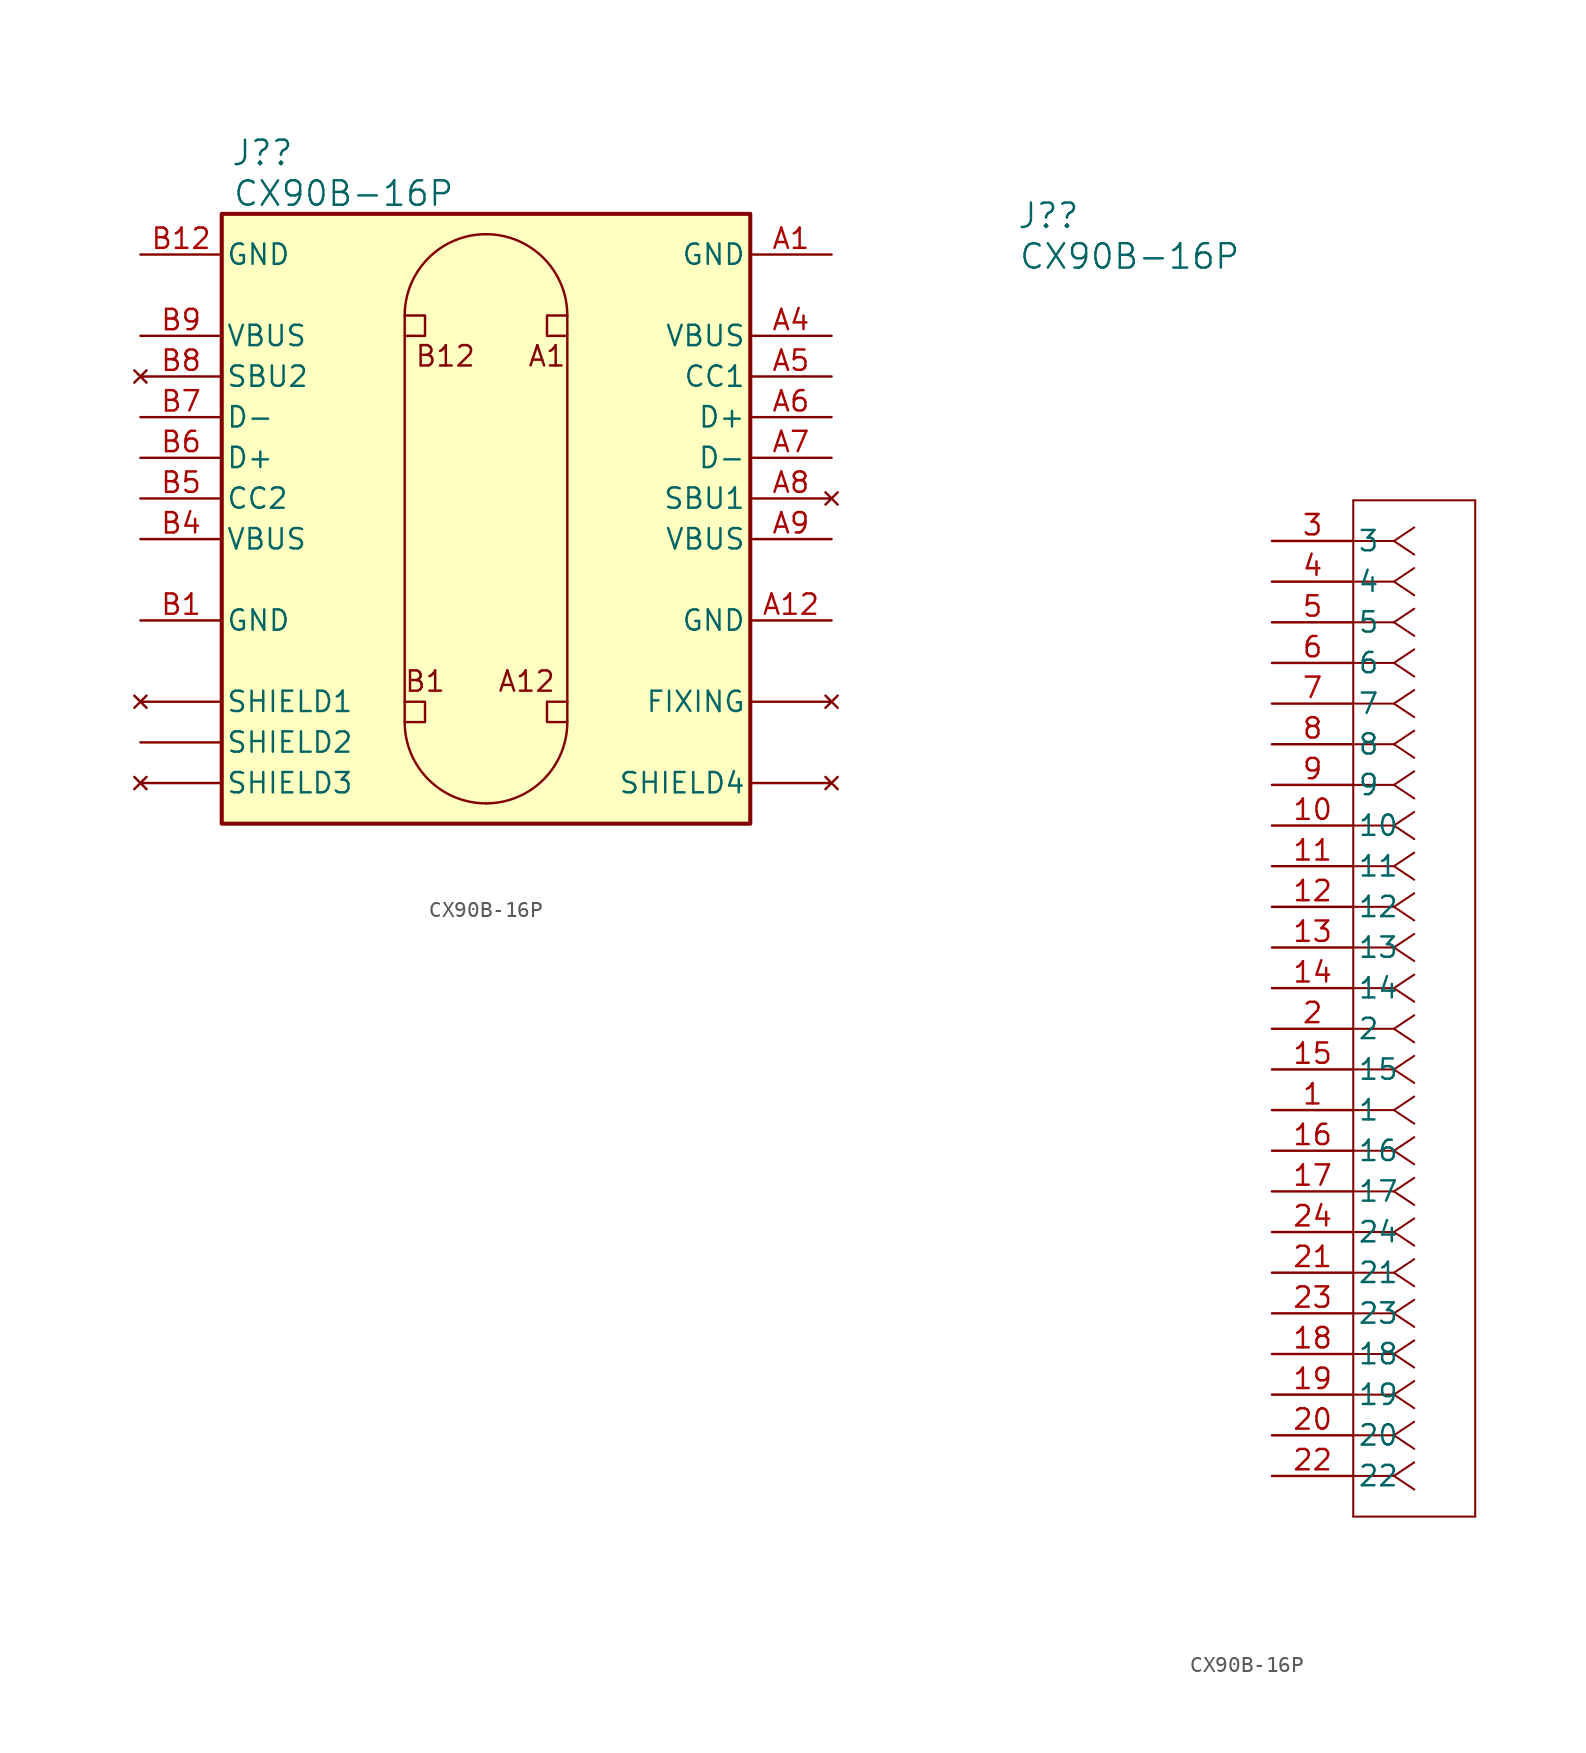
<source format=kicad_sym>
(kicad_symbol_lib
  (version 20220914)
  (generator kicad_symbol_editor)
  (symbol "CX90B-16P"
    (pin_names
      (offset 0.254))
    (property "Reference" "J?"
      (at -13.97 20.32 0)
      (effects (font (size 1.524 1.524))))
    (property "Value" "CX90B-16P"
      (at -8.89 17.78 0)
      (effects (font (size 1.524 1.524))))
    (property "ki_locked" ""
      (at 0 0 0)
      (effects (font (size 1.27 1.27))))
    (symbol "CX90B-16P_0_1"
      (rectangle (start -16.51 16.51) (end 16.51 -21.59) (stroke (width 0.254) (type default)) (fill (type background))))
    (symbol "CX90B-16P_1_1"
      (arc (start -5.08 -15.24) (mid -3.5921 -18.8321) (end 0 -20.32) (stroke (width 0) (type default)) (fill (type none)))
      (rectangle (start -5.08 -13.97) (end -3.81 -15.24) (stroke (width 0) (type default)) (fill (type none)))
      (rectangle (start -5.08 10.16) (end -3.81 8.89) (stroke (width 0) (type default)) (fill (type none)))
      (arc (start 0 -20.32) (mid 3.5921 -18.8321) (end 5.08 -15.24) (stroke (width 0) (type default)) (fill (type none)))
      (polyline (pts (xy -5.08 -13.97) (xy -5.08 8.89)) (stroke (width 0) (type default)) (fill (type none)))
      (polyline (pts (xy 5.08 8.89) (xy 5.08 -13.97)) (stroke (width 0) (type default)) (fill (type none)))
      (arc (start 0 15.24) (mid -3.5921 13.7521) (end -5.08 10.16) (stroke (width 0) (type default)) (fill (type none)))
      (rectangle (start 3.81 -13.97) (end 5.08 -15.24) (stroke (width 0) (type default)) (fill (type none)))
      (rectangle (start 3.81 10.16) (end 5.08 8.89) (stroke (width 0) (type default)) (fill (type none)))
      (arc (start 5.08 10.16) (mid 3.5921 13.7521) (end 0 15.24) (stroke (width 0) (type default)) (fill (type none)))
      (text "A1\n" (at 3.81 7.62 0) (effects (font (size 1.27 1.27))))
      (text "A12" (at 2.54 -12.7 0) (effects (font (size 1.27 1.27))))
      (text "B1\n" (at -3.81 -12.7 0) (effects (font (size 1.27 1.27))))
      (text "B12" (at -2.54 7.62 0) (effects (font (size 1.27 1.27))))
      (pin no_connect line (at 21.59 -13.97 180) (length 5.08) (name "FIXING" (effects (font (size 1.27 1.27)))) (number "" (effects (font (size 1.27 1.27)))))
      (pin no_connect line (at -21.59 -13.97 0) (length 5.08) (name "SHIELD1" (effects (font (size 1.27 1.27)))) (number "" (effects (font (size 1.27 1.27)))))
      (pin power_in line (at -21.59 -16.51 0) (length 5.08) (name "SHIELD2" (effects (font (size 1.27 1.27)))) (number "" (effects (font (size 1.27 1.27)))))
      (pin no_connect line (at -21.59 -19.05 0) (length 5.08) (name "SHIELD3" (effects (font (size 1.27 1.27)))) (number "" (effects (font (size 1.27 1.27)))))
      (pin no_connect line (at 21.59 -19.05 180) (length 5.08) (name "SHIELD4" (effects (font (size 1.27 1.27)))) (number "" (effects (font (size 1.27 1.27)))))
      (pin power_in line (at 21.59 13.97 180) (length 5.08) (name "GND" (effects (font (size 1.27 1.27)))) (number "A1" (effects (font (size 1.27 1.27)))))
      (pin power_in line (at 21.59 -8.89 180) (length 5.08) (name "GND" (effects (font (size 1.27 1.27)))) (number "A12" (effects (font (size 1.27 1.27)))))
      (pin power_in line (at 21.59 8.89 180) (length 5.08) (name "VBUS" (effects (font (size 1.27 1.27)))) (number "A4" (effects (font (size 1.27 1.27)))))
      (pin bidirectional line (at 21.59 6.35 180) (length 5.08) (name "CC1" (effects (font (size 1.27 1.27)))) (number "A5" (effects (font (size 1.27 1.27)))))
      (pin bidirectional line (at 21.59 3.81 180) (length 5.08) (name "D+" (effects (font (size 1.27 1.27)))) (number "A6" (effects (font (size 1.27 1.27)))))
      (pin bidirectional line (at 21.59 1.27 180) (length 5.08) (name "D-" (effects (font (size 1.27 1.27)))) (number "A7" (effects (font (size 1.27 1.27)))))
      (pin no_connect line (at 21.59 -1.27 180) (length 5.08) (name "SBU1" (effects (font (size 1.27 1.27)))) (number "A8" (effects (font (size 1.27 1.27)))))
      (pin power_in line (at 21.59 -3.81 180) (length 5.08) (name "VBUS" (effects (font (size 1.27 1.27)))) (number "A9" (effects (font (size 1.27 1.27)))))
      (pin power_in line (at -21.59 -8.89 0) (length 5.08) (name "GND" (effects (font (size 1.27 1.27)))) (number "B1" (effects (font (size 1.27 1.27)))))
      (pin power_in line (at -21.59 13.97 0) (length 5.08) (name "GND" (effects (font (size 1.27 1.27)))) (number "B12" (effects (font (size 1.27 1.27)))))
      (pin power_in line (at -21.59 -3.81 0) (length 5.08) (name "VBUS" (effects (font (size 1.27 1.27)))) (number "B4" (effects (font (size 1.27 1.27)))))
      (pin bidirectional line (at -21.59 -1.27 0) (length 5.08) (name "CC2" (effects (font (size 1.27 1.27)))) (number "B5" (effects (font (size 1.27 1.27)))))
      (pin bidirectional line (at -21.59 1.27 0) (length 5.08) (name "D+" (effects (font (size 1.27 1.27)))) (number "B6" (effects (font (size 1.27 1.27)))))
      (pin bidirectional line (at -21.59 3.81 0) (length 5.08) (name "D-" (effects (font (size 1.27 1.27)))) (number "B7" (effects (font (size 1.27 1.27)))))
      (pin no_connect line (at -21.59 6.35 0) (length 5.08) (name "SBU2" (effects (font (size 1.27 1.27)))) (number "B8" (effects (font (size 1.27 1.27)))))
      (pin power_in line (at -21.59 8.89 0) (length 5.08) (name "VBUS" (effects (font (size 1.27 1.27)))) (number "B9" (effects (font (size 1.27 1.27))))))
    (symbol "CX90B-16P_1_2"
      (polyline (pts (xy 5.08 -60.96) (xy 12.7 -60.96)) (stroke (width 0.127) (type default)) (fill (type none)))
      (polyline (pts (xy 5.08 2.54) (xy 5.08 -60.96)) (stroke (width 0.127) (type default)) (fill (type none)))
      (polyline (pts (xy 7.62 -58.42) (xy 5.08 -58.42)) (stroke (width 0.127) (type default)) (fill (type none)))
      (polyline (pts (xy 7.62 -58.42) (xy 8.89 -59.267)) (stroke (width 0.127) (type default)) (fill (type none)))
      (polyline (pts (xy 7.62 -58.42) (xy 8.89 -57.573)) (stroke (width 0.127) (type default)) (fill (type none)))
      (polyline (pts (xy 7.62 -55.88) (xy 5.08 -55.88)) (stroke (width 0.127) (type default)) (fill (type none)))
      (polyline (pts (xy 7.62 -55.88) (xy 8.89 -56.727)) (stroke (width 0.127) (type default)) (fill (type none)))
      (polyline (pts (xy 7.62 -55.88) (xy 8.89 -55.033)) (stroke (width 0.127) (type default)) (fill (type none)))
      (polyline (pts (xy 7.62 -53.34) (xy 5.08 -53.34)) (stroke (width 0.127) (type default)) (fill (type none)))
      (polyline (pts (xy 7.62 -53.34) (xy 8.89 -54.187)) (stroke (width 0.127) (type default)) (fill (type none)))
      (polyline (pts (xy 7.62 -53.34) (xy 8.89 -52.493)) (stroke (width 0.127) (type default)) (fill (type none)))
      (polyline (pts (xy 7.62 -50.8) (xy 5.08 -50.8)) (stroke (width 0.127) (type default)) (fill (type none)))
      (polyline (pts (xy 7.62 -50.8) (xy 8.89 -51.647)) (stroke (width 0.127) (type default)) (fill (type none)))
      (polyline (pts (xy 7.62 -50.8) (xy 8.89 -49.953)) (stroke (width 0.127) (type default)) (fill (type none)))
      (polyline (pts (xy 7.62 -48.26) (xy 5.08 -48.26)) (stroke (width 0.127) (type default)) (fill (type none)))
      (polyline (pts (xy 7.62 -48.26) (xy 8.89 -49.107)) (stroke (width 0.127) (type default)) (fill (type none)))
      (polyline (pts (xy 7.62 -48.26) (xy 8.89 -47.413)) (stroke (width 0.127) (type default)) (fill (type none)))
      (polyline (pts (xy 7.62 -45.72) (xy 5.08 -45.72)) (stroke (width 0.127) (type default)) (fill (type none)))
      (polyline (pts (xy 7.62 -45.72) (xy 8.89 -46.567)) (stroke (width 0.127) (type default)) (fill (type none)))
      (polyline (pts (xy 7.62 -45.72) (xy 8.89 -44.873)) (stroke (width 0.127) (type default)) (fill (type none)))
      (polyline (pts (xy 7.62 -43.18) (xy 5.08 -43.18)) (stroke (width 0.127) (type default)) (fill (type none)))
      (polyline (pts (xy 7.62 -43.18) (xy 8.89 -44.027)) (stroke (width 0.127) (type default)) (fill (type none)))
      (polyline (pts (xy 7.62 -43.18) (xy 8.89 -42.333)) (stroke (width 0.127) (type default)) (fill (type none)))
      (polyline (pts (xy 7.62 -40.64) (xy 5.08 -40.64)) (stroke (width 0.127) (type default)) (fill (type none)))
      (polyline (pts (xy 7.62 -40.64) (xy 8.89 -41.487)) (stroke (width 0.127) (type default)) (fill (type none)))
      (polyline (pts (xy 7.62 -40.64) (xy 8.89 -39.793)) (stroke (width 0.127) (type default)) (fill (type none)))
      (polyline (pts (xy 7.62 -38.1) (xy 5.08 -38.1)) (stroke (width 0.127) (type default)) (fill (type none)))
      (polyline (pts (xy 7.62 -38.1) (xy 8.89 -38.947)) (stroke (width 0.127) (type default)) (fill (type none)))
      (polyline (pts (xy 7.62 -38.1) (xy 8.89 -37.253)) (stroke (width 0.127) (type default)) (fill (type none)))
      (polyline (pts (xy 7.62 -35.56) (xy 5.08 -35.56)) (stroke (width 0.127) (type default)) (fill (type none)))
      (polyline (pts (xy 7.62 -35.56) (xy 8.89 -36.407)) (stroke (width 0.127) (type default)) (fill (type none)))
      (polyline (pts (xy 7.62 -35.56) (xy 8.89 -34.713)) (stroke (width 0.127) (type default)) (fill (type none)))
      (polyline (pts (xy 7.62 -33.02) (xy 5.08 -33.02)) (stroke (width 0.127) (type default)) (fill (type none)))
      (polyline (pts (xy 7.62 -33.02) (xy 8.89 -33.867)) (stroke (width 0.127) (type default)) (fill (type none)))
      (polyline (pts (xy 7.62 -33.02) (xy 8.89 -32.173)) (stroke (width 0.127) (type default)) (fill (type none)))
      (polyline (pts (xy 7.62 -30.48) (xy 5.08 -30.48)) (stroke (width 0.127) (type default)) (fill (type none)))
      (polyline (pts (xy 7.62 -30.48) (xy 8.89 -31.327)) (stroke (width 0.127) (type default)) (fill (type none)))
      (polyline (pts (xy 7.62 -30.48) (xy 8.89 -29.633)) (stroke (width 0.127) (type default)) (fill (type none)))
      (polyline (pts (xy 7.62 -27.94) (xy 5.08 -27.94)) (stroke (width 0.127) (type default)) (fill (type none)))
      (polyline (pts (xy 7.62 -27.94) (xy 8.89 -28.787)) (stroke (width 0.127) (type default)) (fill (type none)))
      (polyline (pts (xy 7.62 -27.94) (xy 8.89 -27.093)) (stroke (width 0.127) (type default)) (fill (type none)))
      (polyline (pts (xy 7.62 -25.4) (xy 5.08 -25.4)) (stroke (width 0.127) (type default)) (fill (type none)))
      (polyline (pts (xy 7.62 -25.4) (xy 8.89 -26.247)) (stroke (width 0.127) (type default)) (fill (type none)))
      (polyline (pts (xy 7.62 -25.4) (xy 8.89 -24.553)) (stroke (width 0.127) (type default)) (fill (type none)))
      (polyline (pts (xy 7.62 -22.86) (xy 5.08 -22.86)) (stroke (width 0.127) (type default)) (fill (type none)))
      (polyline (pts (xy 7.62 -22.86) (xy 8.89 -23.707)) (stroke (width 0.127) (type default)) (fill (type none)))
      (polyline (pts (xy 7.62 -22.86) (xy 8.89 -22.013)) (stroke (width 0.127) (type default)) (fill (type none)))
      (polyline (pts (xy 7.62 -20.32) (xy 5.08 -20.32)) (stroke (width 0.127) (type default)) (fill (type none)))
      (polyline (pts (xy 7.62 -20.32) (xy 8.89 -21.167)) (stroke (width 0.127) (type default)) (fill (type none)))
      (polyline (pts (xy 7.62 -20.32) (xy 8.89 -19.473)) (stroke (width 0.127) (type default)) (fill (type none)))
      (polyline (pts (xy 7.62 -17.78) (xy 5.08 -17.78)) (stroke (width 0.127) (type default)) (fill (type none)))
      (polyline (pts (xy 7.62 -17.78) (xy 8.89 -18.627)) (stroke (width 0.127) (type default)) (fill (type none)))
      (polyline (pts (xy 7.62 -17.78) (xy 8.89 -16.933)) (stroke (width 0.127) (type default)) (fill (type none)))
      (polyline (pts (xy 7.62 -15.24) (xy 5.08 -15.24)) (stroke (width 0.127) (type default)) (fill (type none)))
      (polyline (pts (xy 7.62 -15.24) (xy 8.89 -16.087)) (stroke (width 0.127) (type default)) (fill (type none)))
      (polyline (pts (xy 7.62 -15.24) (xy 8.89 -14.393)) (stroke (width 0.127) (type default)) (fill (type none)))
      (polyline (pts (xy 7.62 -12.7) (xy 5.08 -12.7)) (stroke (width 0.127) (type default)) (fill (type none)))
      (polyline (pts (xy 7.62 -12.7) (xy 8.89 -13.547)) (stroke (width 0.127) (type default)) (fill (type none)))
      (polyline (pts (xy 7.62 -12.7) (xy 8.89 -11.853)) (stroke (width 0.127) (type default)) (fill (type none)))
      (polyline (pts (xy 7.62 -10.16) (xy 5.08 -10.16)) (stroke (width 0.127) (type default)) (fill (type none)))
      (polyline (pts (xy 7.62 -10.16) (xy 8.89 -11.007)) (stroke (width 0.127) (type default)) (fill (type none)))
      (polyline (pts (xy 7.62 -10.16) (xy 8.89 -9.313)) (stroke (width 0.127) (type default)) (fill (type none)))
      (polyline (pts (xy 7.62 -7.62) (xy 5.08 -7.62)) (stroke (width 0.127) (type default)) (fill (type none)))
      (polyline (pts (xy 7.62 -7.62) (xy 8.89 -8.467)) (stroke (width 0.127) (type default)) (fill (type none)))
      (polyline (pts (xy 7.62 -7.62) (xy 8.89 -6.773)) (stroke (width 0.127) (type default)) (fill (type none)))
      (polyline (pts (xy 7.62 -5.08) (xy 5.08 -5.08)) (stroke (width 0.127) (type default)) (fill (type none)))
      (polyline (pts (xy 7.62 -5.08) (xy 8.89 -5.927)) (stroke (width 0.127) (type default)) (fill (type none)))
      (polyline (pts (xy 7.62 -5.08) (xy 8.89 -4.233)) (stroke (width 0.127) (type default)) (fill (type none)))
      (polyline (pts (xy 7.62 -2.54) (xy 5.08 -2.54)) (stroke (width 0.127) (type default)) (fill (type none)))
      (polyline (pts (xy 7.62 -2.54) (xy 8.89 -3.387)) (stroke (width 0.127) (type default)) (fill (type none)))
      (polyline (pts (xy 7.62 -2.54) (xy 8.89 -1.693)) (stroke (width 0.127) (type default)) (fill (type none)))
      (polyline (pts (xy 7.62 0) (xy 5.08 0)) (stroke (width 0.127) (type default)) (fill (type none)))
      (polyline (pts (xy 7.62 0) (xy 8.89 -0.847)) (stroke (width 0.127) (type default)) (fill (type none)))
      (polyline (pts (xy 7.62 0) (xy 8.89 0.847)) (stroke (width 0.127) (type default)) (fill (type none)))
      (polyline (pts (xy 12.7 -60.96) (xy 12.7 2.54)) (stroke (width 0.127) (type default)) (fill (type none)))
      (polyline (pts (xy 12.7 2.54) (xy 5.08 2.54)) (stroke (width 0.127) (type default)) (fill (type none)))
      (pin unspecified line (at 0 -35.56 0) (length 5.08) (name "1" (effects (font (size 1.27 1.27)))) (number "1" (effects (font (size 1.27 1.27)))))
      (pin unspecified line (at 0 -17.78 0) (length 5.08) (name "10" (effects (font (size 1.27 1.27)))) (number "10" (effects (font (size 1.27 1.27)))))
      (pin unspecified line (at 0 -20.32 0) (length 5.08) (name "11" (effects (font (size 1.27 1.27)))) (number "11" (effects (font (size 1.27 1.27)))))
      (pin unspecified line (at 0 -22.86 0) (length 5.08) (name "12" (effects (font (size 1.27 1.27)))) (number "12" (effects (font (size 1.27 1.27)))))
      (pin unspecified line (at 0 -25.4 0) (length 5.08) (name "13" (effects (font (size 1.27 1.27)))) (number "13" (effects (font (size 1.27 1.27)))))
      (pin unspecified line (at 0 -27.94 0) (length 5.08) (name "14" (effects (font (size 1.27 1.27)))) (number "14" (effects (font (size 1.27 1.27)))))
      (pin unspecified line (at 0 -33.02 0) (length 5.08) (name "15" (effects (font (size 1.27 1.27)))) (number "15" (effects (font (size 1.27 1.27)))))
      (pin unspecified line (at 0 -38.1 0) (length 5.08) (name "16" (effects (font (size 1.27 1.27)))) (number "16" (effects (font (size 1.27 1.27)))))
      (pin unspecified line (at 0 -40.64 0) (length 5.08) (name "17" (effects (font (size 1.27 1.27)))) (number "17" (effects (font (size 1.27 1.27)))))
      (pin unspecified line (at 0 -50.8 0) (length 5.08) (name "18" (effects (font (size 1.27 1.27)))) (number "18" (effects (font (size 1.27 1.27)))))
      (pin unspecified line (at 0 -53.34 0) (length 5.08) (name "19" (effects (font (size 1.27 1.27)))) (number "19" (effects (font (size 1.27 1.27)))))
      (pin unspecified line (at 0 -30.48 0) (length 5.08) (name "2" (effects (font (size 1.27 1.27)))) (number "2" (effects (font (size 1.27 1.27)))))
      (pin unspecified line (at 0 -55.88 0) (length 5.08) (name "20" (effects (font (size 1.27 1.27)))) (number "20" (effects (font (size 1.27 1.27)))))
      (pin unspecified line (at 0 -45.72 0) (length 5.08) (name "21" (effects (font (size 1.27 1.27)))) (number "21" (effects (font (size 1.27 1.27)))))
      (pin unspecified line (at 0 -58.42 0) (length 5.08) (name "22" (effects (font (size 1.27 1.27)))) (number "22" (effects (font (size 1.27 1.27)))))
      (pin unspecified line (at 0 -48.26 0) (length 5.08) (name "23" (effects (font (size 1.27 1.27)))) (number "23" (effects (font (size 1.27 1.27)))))
      (pin unspecified line (at 0 -43.18 0) (length 5.08) (name "24" (effects (font (size 1.27 1.27)))) (number "24" (effects (font (size 1.27 1.27)))))
      (pin unspecified line (at 0 0 0) (length 5.08) (name "3" (effects (font (size 1.27 1.27)))) (number "3" (effects (font (size 1.27 1.27)))))
      (pin unspecified line (at 0 -2.54 0) (length 5.08) (name "4" (effects (font (size 1.27 1.27)))) (number "4" (effects (font (size 1.27 1.27)))))
      (pin unspecified line (at 0 -5.08 0) (length 5.08) (name "5" (effects (font (size 1.27 1.27)))) (number "5" (effects (font (size 1.27 1.27)))))
      (pin unspecified line (at 0 -7.62 0) (length 5.08) (name "6" (effects (font (size 1.27 1.27)))) (number "6" (effects (font (size 1.27 1.27)))))
      (pin unspecified line (at 0 -10.16 0) (length 5.08) (name "7" (effects (font (size 1.27 1.27)))) (number "7" (effects (font (size 1.27 1.27)))))
      (pin unspecified line (at 0 -12.7 0) (length 5.08) (name "8" (effects (font (size 1.27 1.27)))) (number "8" (effects (font (size 1.27 1.27)))))
      (pin unspecified line (at 0 -15.24 0) (length 5.08) (name "9" (effects (font (size 1.27 1.27)))) (number "9" (effects (font (size 1.27 1.27))))))))
</source>
